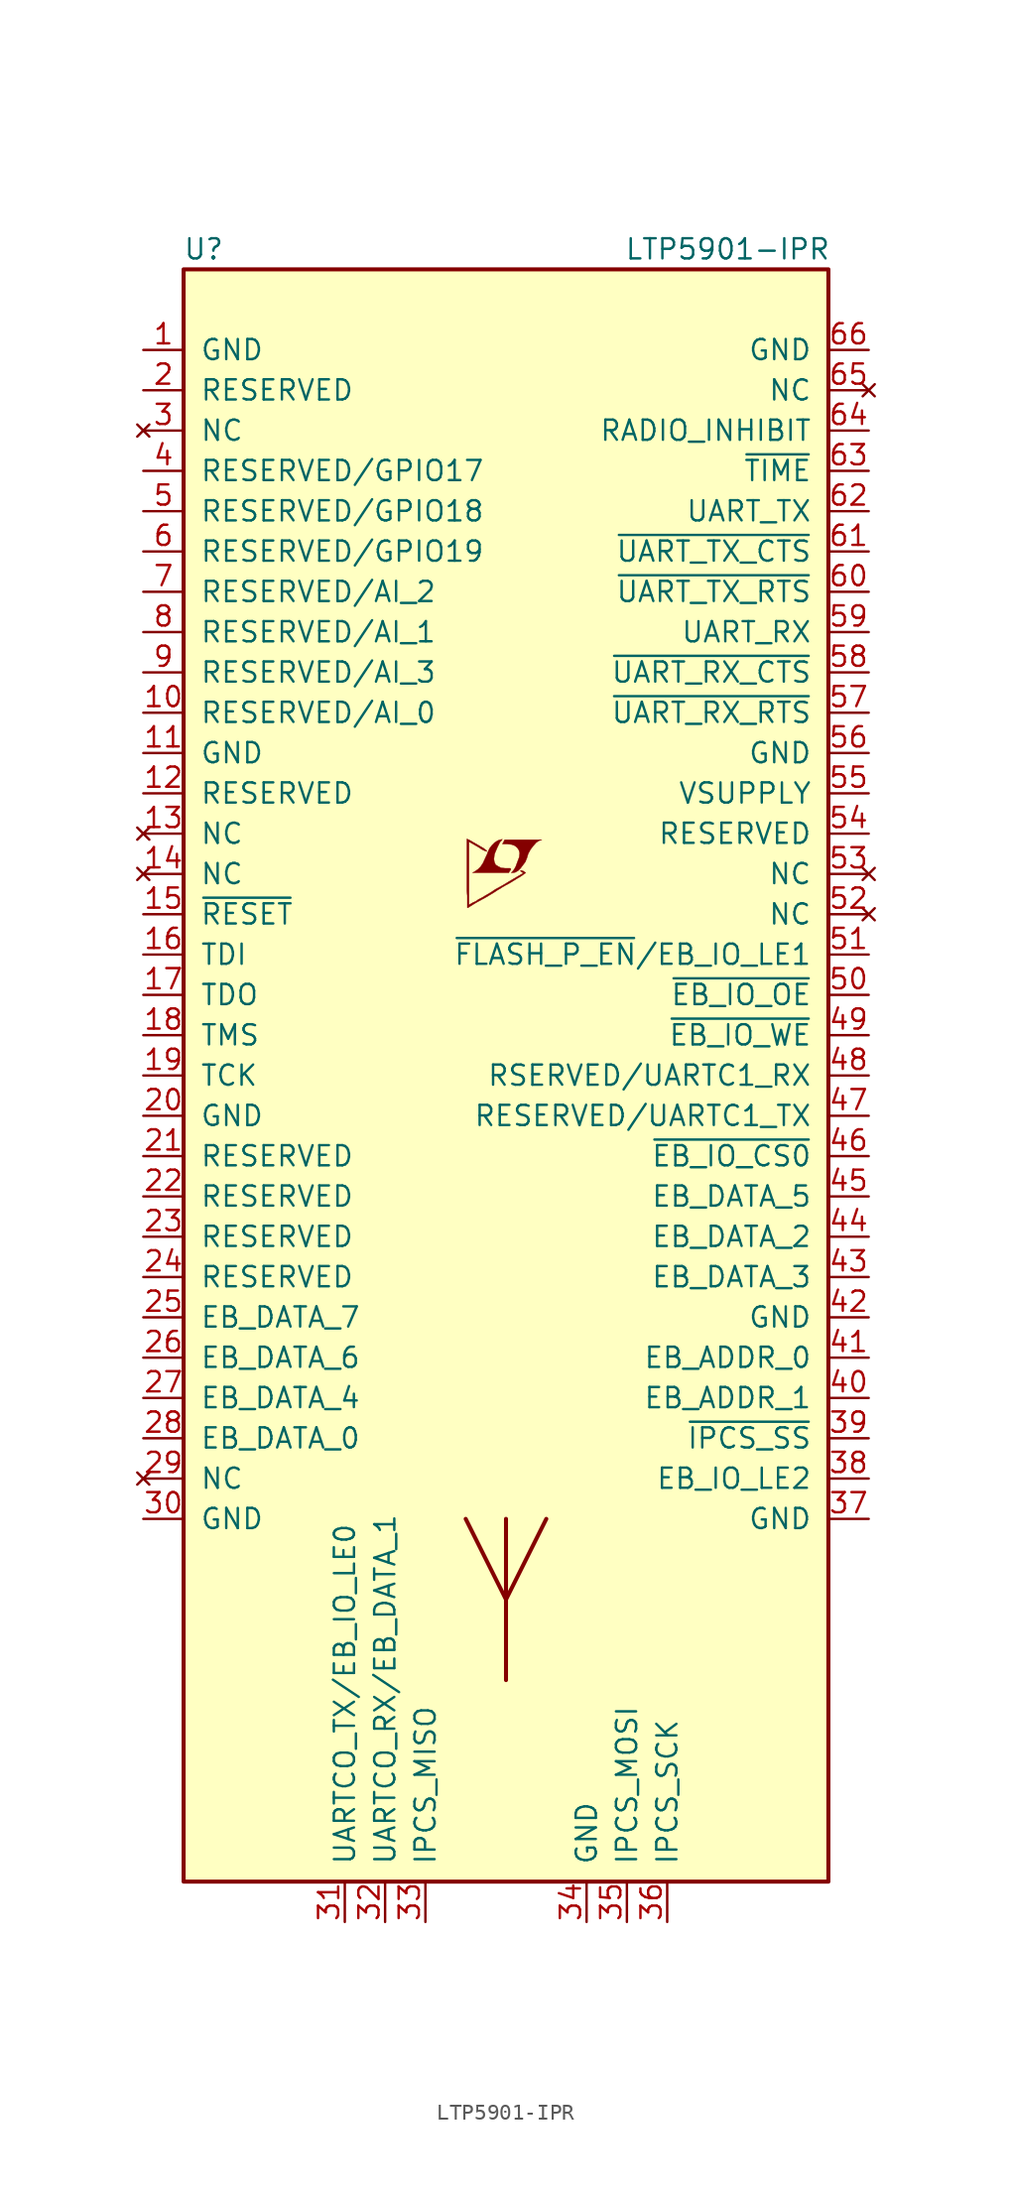
<source format=kicad_sym>
(kicad_symbol_lib
  (version 20201005)
  (generator kicad_symbol_editor)
  (symbol "LTP5901-IPR"
    (pin_names
      (offset 1.016))
    (property "Reference" "U"
      (at -19.05 52.07 0)
      (effects (font (size 1.27 1.27))))
    (property "Value" "LTP5901-IPR"
      (at 13.97 52.07 0)
      (effects (font (size 1.27 1.27))))
    (symbol "LTP5901-IPR_0_0"
      (polyline (pts (xy 0.584 12.802) (xy 0.762 12.903) (xy 0.914 13.056) (xy 1.219 13.462) (xy 1.321 13.716) (xy 1.397 13.97) (xy 1.549 14.249) (xy 1.727 14.478) (xy 1.905 14.681) (xy 2.108 14.808) (xy 2.261 14.859) (xy -0.076 14.859) (xy -0.152 14.732) (xy -0.152 14.707) (xy -0.203 14.63) (xy -0.229 14.605) (xy -0.178 14.58) (xy 0.102 14.58) (xy 0.356 14.554) (xy 0.559 14.478) (xy 0.711 14.351) (xy 0.813 14.199) (xy 0.864 14.021) (xy 0.838 13.792) (xy 0.838 13.767) (xy 0.61 13.157) (xy 0.508 12.979) (xy 0.406 12.852) (xy 0.33 12.776) (xy 0.432 12.776) (xy 0.584 12.802)) (stroke (width 0.025)) (fill (type outline)))
      (polyline (pts (xy 0.229 12.878) (xy 0.254 12.903) (xy 0.305 12.979) (xy 0.305 13.03) (xy 0.254 13.056) (xy -0.051 13.056) (xy -0.305 13.081) (xy -0.508 13.183) (xy -0.66 13.284) (xy -0.737 13.462) (xy -0.762 13.64) (xy -0.737 13.868) (xy -0.737 13.894) (xy -0.686 14.046) (xy -0.533 14.402) (xy -0.381 14.707) (xy -0.305 14.783) (xy -0.229 14.884) (xy -0.356 14.859) (xy -0.508 14.808) (xy -0.711 14.681) (xy -0.889 14.503) (xy -1.041 14.3) (xy -1.168 14.021) (xy -1.168 13.995) (xy -1.321 13.665) (xy -1.448 13.386) (xy -1.6 13.157) (xy -1.753 13.005) (xy -1.93 12.878) (xy -2.108 12.776) (xy 0.178 12.776) (xy 0.229 12.878)) (stroke (width 0.025)) (fill (type outline)))
      (polyline (pts (xy -2.362 10.592) (xy -2.286 10.643) (xy -2.159 10.719) (xy -2.083 10.77) (xy -1.829 10.922) (xy -1.27 11.227) (xy -0.762 11.532) (xy -0.533 11.684) (xy -0.356 11.786) (xy -0.203 11.887) (xy -0.102 11.938) (xy -0.025 11.989) (xy 0.127 12.065) (xy 0.305 12.167) (xy 0.711 12.421) (xy 0.889 12.522) (xy 1.041 12.624) (xy 1.143 12.7) (xy 1.219 12.751) (xy 1.245 12.776) (xy 1.092 12.878) (xy 0.94 12.929) (xy 0.914 12.903) (xy 0.914 12.878) (xy 0.991 12.827) (xy 1.092 12.751) (xy 0.178 12.217) (xy -0.025 12.09) (xy -0.33 11.913) (xy -0.66 11.735) (xy -0.965 11.532) (xy -1.27 11.354) (xy -1.524 11.201) (xy -1.727 11.1) (xy -1.905 10.973) (xy -2.083 10.897) (xy -2.21 10.82) (xy -2.311 10.77) (xy -2.337 10.744) (xy -2.337 14.732) (xy -1.803 14.427) (xy -1.676 14.351) (xy -1.524 14.249) (xy -1.372 14.173) (xy -1.295 14.148) (xy -1.245 14.122) (xy -1.219 14.122) (xy -1.219 14.173) (xy -1.295 14.224) (xy -1.422 14.326) (xy -1.6 14.427) (xy -1.727 14.503) (xy -2.083 14.707) (xy -2.21 14.783) (xy -2.464 14.91) (xy -2.464 11.633) (xy -2.438 11.328) (xy -2.438 10.566) (xy -2.413 10.566) (xy -2.362 10.592)) (stroke (width 0.025)) (fill (type outline))))
    (symbol "LTP5901-IPR_0_1"
      (rectangle (start -20.32 -50.8) (end 20.32 50.8) (stroke (width 0.254)) (fill (type background)))
      (polyline (pts (xy 0 -38.1) (xy 0 -27.94)) (stroke (width 0.254)) (fill (type none)))
      (polyline (pts (xy 0 -33.02) (xy -2.54 -27.94)) (stroke (width 0.254)) (fill (type none)))
      (polyline (pts (xy 0 -33.02) (xy 2.54 -27.94)) (stroke (width 0.254)) (fill (type none))))
    (symbol "LTP5901-IPR_1_1"
      (pin power_in line (at -22.86 45.72 0) (length 2.54) (name "GND" (effects (font (size 1.27 1.27)))) (number "1" (effects (font (size 1.27 1.27)))))
      (pin passive line (at -22.86 22.86 0) (length 2.54) (name "RESERVED/AI_0" (effects (font (size 1.27 1.27)))) (number "10" (effects (font (size 1.27 1.27)))))
      (pin power_in line (at -22.86 20.32 0) (length 2.54) (name "GND" (effects (font (size 1.27 1.27)))) (number "11" (effects (font (size 1.27 1.27)))))
      (pin passive line (at -22.86 17.78 0) (length 2.54) (name "RESERVED" (effects (font (size 1.27 1.27)))) (number "12" (effects (font (size 1.27 1.27)))))
      (pin unconnected line (at -22.86 15.24 0) (length 2.54) (name "NC" (effects (font (size 1.27 1.27)))) (number "13" (effects (font (size 1.27 1.27)))))
      (pin unconnected line (at -22.86 12.7 0) (length 2.54) (name "NC" (effects (font (size 1.27 1.27)))) (number "14" (effects (font (size 1.27 1.27)))))
      (pin input line (at -22.86 10.16 0) (length 2.54) (name "~RESET~" (effects (font (size 1.27 1.27)))) (number "15" (effects (font (size 1.27 1.27)))))
      (pin input line (at -22.86 7.62 0) (length 2.54) (name "TDI" (effects (font (size 1.27 1.27)))) (number "16" (effects (font (size 1.27 1.27)))))
      (pin output line (at -22.86 5.08 0) (length 2.54) (name "TDO" (effects (font (size 1.27 1.27)))) (number "17" (effects (font (size 1.27 1.27)))))
      (pin input line (at -22.86 2.54 0) (length 2.54) (name "TMS" (effects (font (size 1.27 1.27)))) (number "18" (effects (font (size 1.27 1.27)))))
      (pin input line (at -22.86 0 0) (length 2.54) (name "TCK" (effects (font (size 1.27 1.27)))) (number "19" (effects (font (size 1.27 1.27)))))
      (pin passive line (at -22.86 43.18 0) (length 2.54) (name "RESERVED" (effects (font (size 1.27 1.27)))) (number "2" (effects (font (size 1.27 1.27)))))
      (pin power_in line (at -22.86 -2.54 0) (length 2.54) (name "GND" (effects (font (size 1.27 1.27)))) (number "20" (effects (font (size 1.27 1.27)))))
      (pin passive line (at -22.86 -5.08 0) (length 2.54) (name "RESERVED" (effects (font (size 1.27 1.27)))) (number "21" (effects (font (size 1.27 1.27)))))
      (pin passive line (at -22.86 -7.62 0) (length 2.54) (name "RESERVED" (effects (font (size 1.27 1.27)))) (number "22" (effects (font (size 1.27 1.27)))))
      (pin passive line (at -22.86 -10.16 0) (length 2.54) (name "RESERVED" (effects (font (size 1.27 1.27)))) (number "23" (effects (font (size 1.27 1.27)))))
      (pin passive line (at -22.86 -12.7 0) (length 2.54) (name "RESERVED" (effects (font (size 1.27 1.27)))) (number "24" (effects (font (size 1.27 1.27)))))
      (pin bidirectional line (at -22.86 -15.24 0) (length 2.54) (name "EB_DATA_7" (effects (font (size 1.27 1.27)))) (number "25" (effects (font (size 1.27 1.27)))))
      (pin bidirectional line (at -22.86 -17.78 0) (length 2.54) (name "EB_DATA_6" (effects (font (size 1.27 1.27)))) (number "26" (effects (font (size 1.27 1.27)))))
      (pin bidirectional line (at -22.86 -20.32 0) (length 2.54) (name "EB_DATA_4" (effects (font (size 1.27 1.27)))) (number "27" (effects (font (size 1.27 1.27)))))
      (pin bidirectional line (at -22.86 -22.86 0) (length 2.54) (name "EB_DATA_0" (effects (font (size 1.27 1.27)))) (number "28" (effects (font (size 1.27 1.27)))))
      (pin unconnected line (at -22.86 -25.4 0) (length 2.54) (name "NC" (effects (font (size 1.27 1.27)))) (number "29" (effects (font (size 1.27 1.27)))))
      (pin unconnected line (at -22.86 40.64 0) (length 2.54) (name "NC" (effects (font (size 1.27 1.27)))) (number "3" (effects (font (size 1.27 1.27)))))
      (pin power_in line (at -22.86 -27.94 0) (length 2.54) (name "GND" (effects (font (size 1.27 1.27)))) (number "30" (effects (font (size 1.27 1.27)))))
      (pin output line (at -10.16 -53.34 90) (length 2.54) (name "UARTCO_TX/EB_IO_LE0" (effects (font (size 1.27 1.27)))) (number "31" (effects (font (size 1.27 1.27)))))
      (pin bidirectional line (at -7.62 -53.34 90) (length 2.54) (name "UARTCO_RX/EB_DATA_1" (effects (font (size 1.27 1.27)))) (number "32" (effects (font (size 1.27 1.27)))))
      (pin output line (at -5.08 -53.34 90) (length 2.54) (name "IPCS_MISO" (effects (font (size 1.27 1.27)))) (number "33" (effects (font (size 1.27 1.27)))))
      (pin power_in line (at 5.08 -53.34 90) (length 2.54) (name "GND" (effects (font (size 1.27 1.27)))) (number "34" (effects (font (size 1.27 1.27)))))
      (pin input line (at 7.62 -53.34 90) (length 2.54) (name "IPCS_MOSI" (effects (font (size 1.27 1.27)))) (number "35" (effects (font (size 1.27 1.27)))))
      (pin input line (at 10.16 -53.34 90) (length 2.54) (name "IPCS_SCK" (effects (font (size 1.27 1.27)))) (number "36" (effects (font (size 1.27 1.27)))))
      (pin power_in line (at 22.86 -27.94 180) (length 2.54) (name "GND" (effects (font (size 1.27 1.27)))) (number "37" (effects (font (size 1.27 1.27)))))
      (pin output line (at 22.86 -25.4 180) (length 2.54) (name "EB_IO_LE2" (effects (font (size 1.27 1.27)))) (number "38" (effects (font (size 1.27 1.27)))))
      (pin input line (at 22.86 -22.86 180) (length 2.54) (name "~IPCS_SS~" (effects (font (size 1.27 1.27)))) (number "39" (effects (font (size 1.27 1.27)))))
      (pin passive line (at -22.86 38.1 0) (length 2.54) (name "RESERVED/GPIO17" (effects (font (size 1.27 1.27)))) (number "4" (effects (font (size 1.27 1.27)))))
      (pin output line (at 22.86 -20.32 180) (length 2.54) (name "EB_ADDR_1" (effects (font (size 1.27 1.27)))) (number "40" (effects (font (size 1.27 1.27)))))
      (pin output line (at 22.86 -17.78 180) (length 2.54) (name "EB_ADDR_0" (effects (font (size 1.27 1.27)))) (number "41" (effects (font (size 1.27 1.27)))))
      (pin power_in line (at 22.86 -15.24 180) (length 2.54) (name "GND" (effects (font (size 1.27 1.27)))) (number "42" (effects (font (size 1.27 1.27)))))
      (pin bidirectional line (at 22.86 -12.7 180) (length 2.54) (name "EB_DATA_3" (effects (font (size 1.27 1.27)))) (number "43" (effects (font (size 1.27 1.27)))))
      (pin bidirectional line (at 22.86 -10.16 180) (length 2.54) (name "EB_DATA_2" (effects (font (size 1.27 1.27)))) (number "44" (effects (font (size 1.27 1.27)))))
      (pin bidirectional line (at 22.86 -7.62 180) (length 2.54) (name "EB_DATA_5" (effects (font (size 1.27 1.27)))) (number "45" (effects (font (size 1.27 1.27)))))
      (pin output line (at 22.86 -5.08 180) (length 2.54) (name "~EB_IO_CS0~" (effects (font (size 1.27 1.27)))) (number "46" (effects (font (size 1.27 1.27)))))
      (pin output line (at 22.86 -2.54 180) (length 2.54) (name "RESERVED/UARTC1_TX" (effects (font (size 1.27 1.27)))) (number "47" (effects (font (size 1.27 1.27)))))
      (pin input line (at 22.86 0 180) (length 2.54) (name "RSERVED/UARTC1_RX" (effects (font (size 1.27 1.27)))) (number "48" (effects (font (size 1.27 1.27)))))
      (pin output line (at 22.86 2.54 180) (length 2.54) (name "~EB_IO_WE~" (effects (font (size 1.27 1.27)))) (number "49" (effects (font (size 1.27 1.27)))))
      (pin passive line (at -22.86 35.56 0) (length 2.54) (name "RESERVED/GPIO18" (effects (font (size 1.27 1.27)))) (number "5" (effects (font (size 1.27 1.27)))))
      (pin output line (at 22.86 5.08 180) (length 2.54) (name "~EB_IO_OE~" (effects (font (size 1.27 1.27)))) (number "50" (effects (font (size 1.27 1.27)))))
      (pin passive line (at 22.86 7.62 180) (length 2.54) (name "~FLASH_P_EN~/EB_IO_LE1" (effects (font (size 1.27 1.27)))) (number "51" (effects (font (size 1.27 1.27)))))
      (pin unconnected line (at 22.86 10.16 180) (length 2.54) (name "NC" (effects (font (size 1.27 1.27)))) (number "52" (effects (font (size 1.27 1.27)))))
      (pin unconnected line (at 22.86 12.7 180) (length 2.54) (name "NC" (effects (font (size 1.27 1.27)))) (number "53" (effects (font (size 1.27 1.27)))))
      (pin passive line (at 22.86 15.24 180) (length 2.54) (name "RESERVED" (effects (font (size 1.27 1.27)))) (number "54" (effects (font (size 1.27 1.27)))))
      (pin power_in line (at 22.86 17.78 180) (length 2.54) (name "VSUPPLY" (effects (font (size 1.27 1.27)))) (number "55" (effects (font (size 1.27 1.27)))))
      (pin power_in line (at 22.86 20.32 180) (length 2.54) (name "GND" (effects (font (size 1.27 1.27)))) (number "56" (effects (font (size 1.27 1.27)))))
      (pin input line (at 22.86 22.86 180) (length 2.54) (name "~UART_RX_RTS~" (effects (font (size 1.27 1.27)))) (number "57" (effects (font (size 1.27 1.27)))))
      (pin output line (at 22.86 25.4 180) (length 2.54) (name "~UART_RX_CTS~" (effects (font (size 1.27 1.27)))) (number "58" (effects (font (size 1.27 1.27)))))
      (pin input line (at 22.86 27.94 180) (length 2.54) (name "UART_RX" (effects (font (size 1.27 1.27)))) (number "59" (effects (font (size 1.27 1.27)))))
      (pin passive line (at -22.86 33.02 0) (length 2.54) (name "RESERVED/GPIO19" (effects (font (size 1.27 1.27)))) (number "6" (effects (font (size 1.27 1.27)))))
      (pin output line (at 22.86 30.48 180) (length 2.54) (name "~UART_TX_RTS~" (effects (font (size 1.27 1.27)))) (number "60" (effects (font (size 1.27 1.27)))))
      (pin input line (at 22.86 33.02 180) (length 2.54) (name "~UART_TX_CTS~" (effects (font (size 1.27 1.27)))) (number "61" (effects (font (size 1.27 1.27)))))
      (pin output line (at 22.86 35.56 180) (length 2.54) (name "UART_TX" (effects (font (size 1.27 1.27)))) (number "62" (effects (font (size 1.27 1.27)))))
      (pin input line (at 22.86 38.1 180) (length 2.54) (name "~TIME~" (effects (font (size 1.27 1.27)))) (number "63" (effects (font (size 1.27 1.27)))))
      (pin input line (at 22.86 40.64 180) (length 2.54) (name "RADIO_INHIBIT" (effects (font (size 1.27 1.27)))) (number "64" (effects (font (size 1.27 1.27)))))
      (pin unconnected line (at 22.86 43.18 180) (length 2.54) (name "NC" (effects (font (size 1.27 1.27)))) (number "65" (effects (font (size 1.27 1.27)))))
      (pin power_in line (at 22.86 45.72 180) (length 2.54) (name "GND" (effects (font (size 1.27 1.27)))) (number "66" (effects (font (size 1.27 1.27)))))
      (pin passive line (at -22.86 30.48 0) (length 2.54) (name "RESERVED/AI_2" (effects (font (size 1.27 1.27)))) (number "7" (effects (font (size 1.27 1.27)))))
      (pin passive line (at -22.86 27.94 0) (length 2.54) (name "RESERVED/AI_1" (effects (font (size 1.27 1.27)))) (number "8" (effects (font (size 1.27 1.27)))))
      (pin passive line (at -22.86 25.4 0) (length 2.54) (name "RESERVED/AI_3" (effects (font (size 1.27 1.27)))) (number "9" (effects (font (size 1.27 1.27))))))))
</source>
